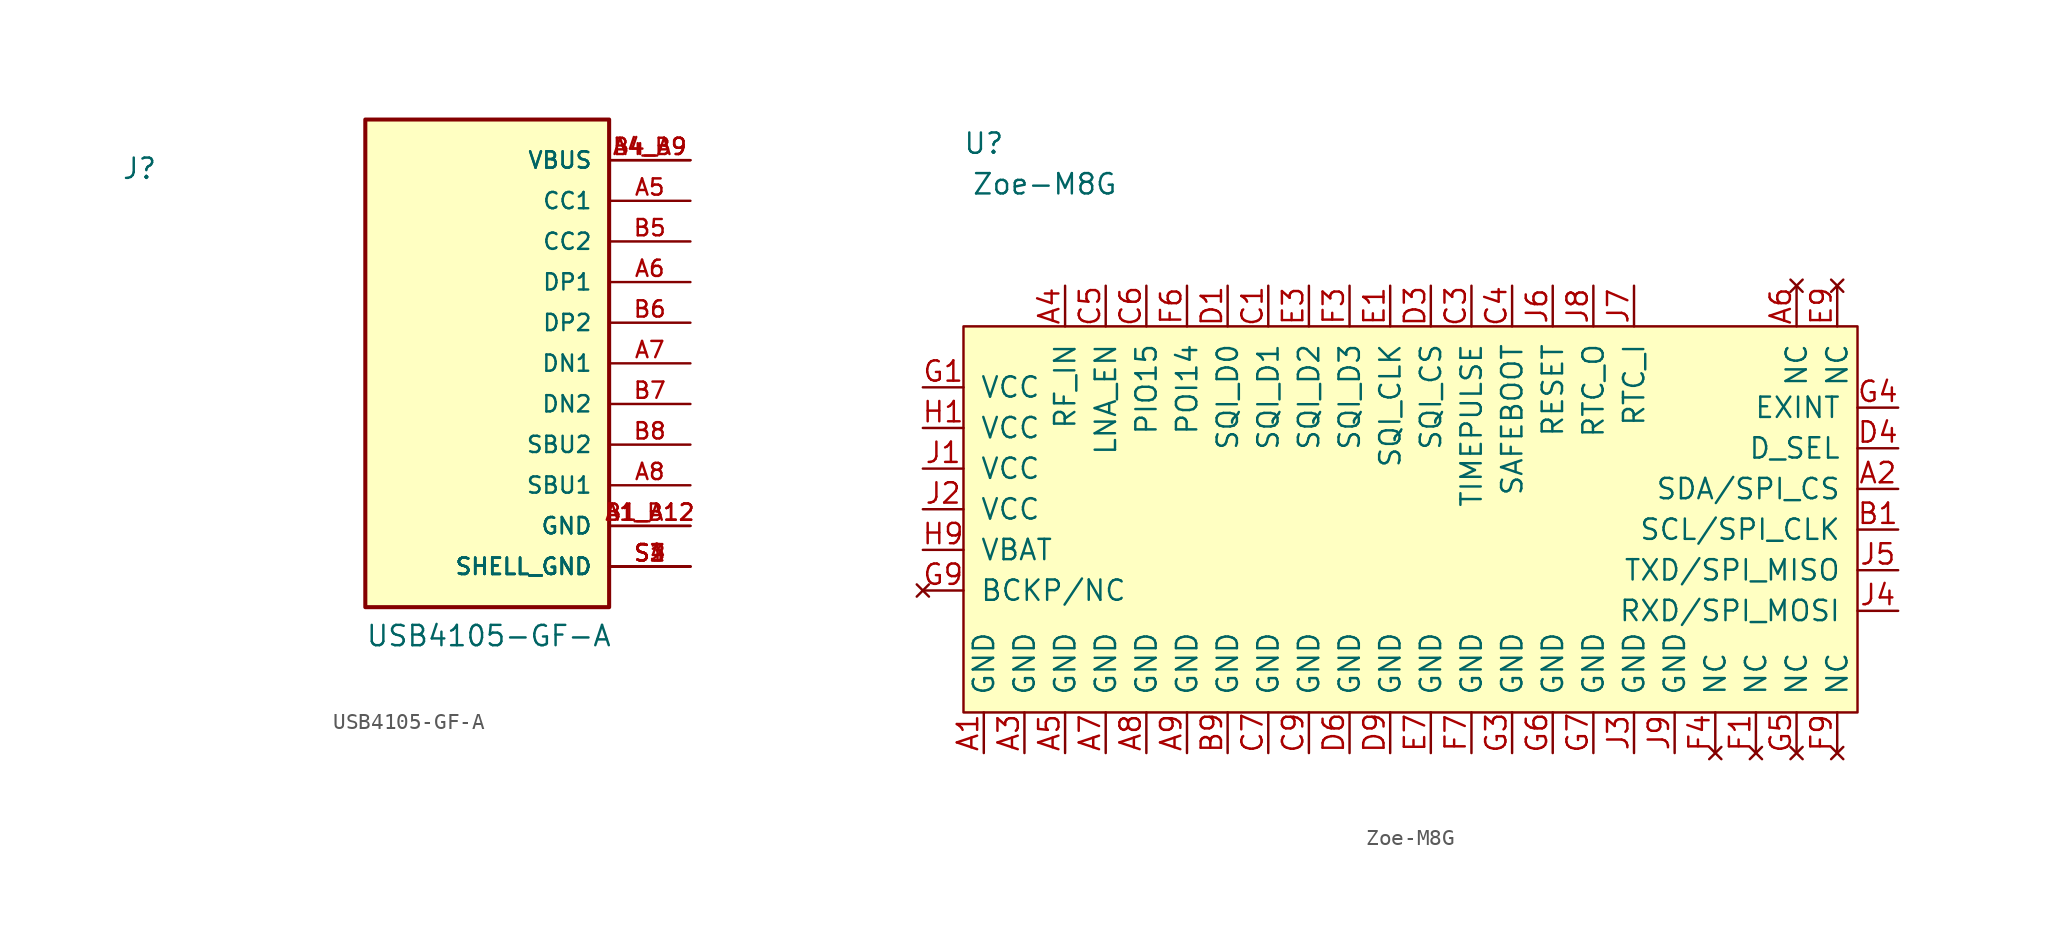
<source format=kicad_sym>
(kicad_symbol_lib
  (version 20211014)
  (generator kicad_symbol_editor)
  (symbol "USB4105-GF-A"
    (pin_names
      (offset 1.016))
    (property "Reference" "J"
      (at -15.24 13.97 0)
      (effects (font (size 1.27 1.27)) (justify left bottom)))
    (property "Value" "USB4105-GF-A"
      (at 0 -15.24 0)
      (effects (font (size 1.27 1.27)) (justify left bottom)))
    (symbol "USB4105-GF-A_0_0"
      (rectangle (start 0 -12.7) (end 15.24 17.78) (stroke (width 0.254) (type default) (color 0 0 0 0)) (fill (type background)))
      (pin power_in line (at 20.32 -7.62 180) (length 5.08) (name "GND" (effects (font (size 1.016 1.016)))) (number "A1_B12" (effects (font (size 1.016 1.016)))))
      (pin power_in line (at 20.32 15.24 180) (length 5.08) (name "VBUS" (effects (font (size 1.016 1.016)))) (number "A4_B9" (effects (font (size 1.016 1.016)))))
      (pin bidirectional line (at 20.32 12.7 180) (length 5.08) (name "CC1" (effects (font (size 1.016 1.016)))) (number "A5" (effects (font (size 1.016 1.016)))))
      (pin bidirectional line (at 20.32 7.62 180) (length 5.08) (name "DP1" (effects (font (size 1.016 1.016)))) (number "A6" (effects (font (size 1.016 1.016)))))
      (pin bidirectional line (at 20.32 2.54 180) (length 5.08) (name "DN1" (effects (font (size 1.016 1.016)))) (number "A7" (effects (font (size 1.016 1.016)))))
      (pin bidirectional line (at 20.32 -5.08 180) (length 5.08) (name "SBU1" (effects (font (size 1.016 1.016)))) (number "A8" (effects (font (size 1.016 1.016)))))
      (pin power_in line (at 20.32 -7.62 180) (length 5.08) (name "GND" (effects (font (size 1.016 1.016)))) (number "B1_A12" (effects (font (size 1.016 1.016)))))
      (pin power_in line (at 20.32 15.24 180) (length 5.08) (name "VBUS" (effects (font (size 1.016 1.016)))) (number "B4_A9" (effects (font (size 1.016 1.016)))))
      (pin bidirectional line (at 20.32 10.16 180) (length 5.08) (name "CC2" (effects (font (size 1.016 1.016)))) (number "B5" (effects (font (size 1.016 1.016)))))
      (pin bidirectional line (at 20.32 5.08 180) (length 5.08) (name "DP2" (effects (font (size 1.016 1.016)))) (number "B6" (effects (font (size 1.016 1.016)))))
      (pin bidirectional line (at 20.32 0 180) (length 5.08) (name "DN2" (effects (font (size 1.016 1.016)))) (number "B7" (effects (font (size 1.016 1.016)))))
      (pin bidirectional line (at 20.32 -2.54 180) (length 5.08) (name "SBU2" (effects (font (size 1.016 1.016)))) (number "B8" (effects (font (size 1.016 1.016)))))
      (pin power_in line (at 20.32 -10.16 180) (length 5.08) (name "SHELL_GND" (effects (font (size 1.016 1.016)))) (number "S1" (effects (font (size 1.016 1.016)))))
      (pin power_in line (at 20.32 -10.16 180) (length 5.08) (name "SHELL_GND" (effects (font (size 1.016 1.016)))) (number "S2" (effects (font (size 1.016 1.016)))))
      (pin power_in line (at 20.32 -10.16 180) (length 5.08) (name "SHELL_GND" (effects (font (size 1.016 1.016)))) (number "S3" (effects (font (size 1.016 1.016)))))
      (pin power_in line (at 20.32 -10.16 180) (length 5.08) (name "SHELL_GND" (effects (font (size 1.016 1.016)))) (number "S4" (effects (font (size 1.016 1.016)))))))
  (symbol "Zoe-M8G"
    (pin_names
      (offset 1.016))
    (property "Reference" "U"
      (at 1.27 35.56 0)
      (effects (font (size 1.27 1.27))))
    (property "Value" "Zoe-M8G"
      (at 5.08 33.02 0)
      (effects (font (size 1.27 1.27))))
    (symbol "Zoe-M8G_0_1"
      (rectangle (start 0 0) (end 55.88 24.13) (stroke (width 0) (type default) (color 0 0 0 0)) (fill (type background))))
    (symbol "Zoe-M8G_1_1"
      (pin input line (at 1.27 -2.54 90) (length 2.54) (name "GND" (effects (font (size 1.27 1.27)))) (number "A1" (effects (font (size 1.27 1.27)))))
      (pin input line (at 58.42 13.97 180) (length 2.54) (name "SDA/SPI_CS" (effects (font (size 1.27 1.27)))) (number "A2" (effects (font (size 1.27 1.27)))))
      (pin input line (at 3.81 -2.54 90) (length 2.54) (name "GND" (effects (font (size 1.27 1.27)))) (number "A3" (effects (font (size 1.27 1.27)))))
      (pin input line (at 6.35 26.67 270) (length 2.54) (name "RF_IN" (effects (font (size 1.27 1.27)))) (number "A4" (effects (font (size 1.27 1.27)))))
      (pin input line (at 6.35 -2.54 90) (length 2.54) (name "GND" (effects (font (size 1.27 1.27)))) (number "A5" (effects (font (size 1.27 1.27)))))
      (pin no_connect line (at 52.07 26.67 270) (length 2.54) (name "NC" (effects (font (size 1.27 1.27)))) (number "A6" (effects (font (size 1.27 1.27)))))
      (pin input line (at 8.89 -2.54 90) (length 2.54) (name "GND" (effects (font (size 1.27 1.27)))) (number "A7" (effects (font (size 1.27 1.27)))))
      (pin input line (at 11.43 -2.54 90) (length 2.54) (name "GND" (effects (font (size 1.27 1.27)))) (number "A8" (effects (font (size 1.27 1.27)))))
      (pin input line (at 13.97 -2.54 90) (length 2.54) (name "GND" (effects (font (size 1.27 1.27)))) (number "A9" (effects (font (size 1.27 1.27)))))
      (pin input line (at 58.42 11.43 180) (length 2.54) (name "SCL/SPI_CLK" (effects (font (size 1.27 1.27)))) (number "B1" (effects (font (size 1.27 1.27)))))
      (pin input line (at 16.51 -2.54 90) (length 2.54) (name "GND" (effects (font (size 1.27 1.27)))) (number "B9" (effects (font (size 1.27 1.27)))))
      (pin input line (at 19.05 26.67 270) (length 2.54) (name "SQI_D1" (effects (font (size 1.27 1.27)))) (number "C1" (effects (font (size 1.27 1.27)))))
      (pin input line (at 31.75 26.67 270) (length 2.54) (name "TIMEPULSE" (effects (font (size 1.27 1.27)))) (number "C3" (effects (font (size 1.27 1.27)))))
      (pin input line (at 34.29 26.67 270) (length 2.54) (name "SAFEBOOT" (effects (font (size 1.27 1.27)))) (number "C4" (effects (font (size 1.27 1.27)))))
      (pin input line (at 8.89 26.67 270) (length 2.54) (name "LNA_EN" (effects (font (size 1.27 1.27)))) (number "C5" (effects (font (size 1.27 1.27)))))
      (pin input line (at 11.43 26.67 270) (length 2.54) (name "PIO15" (effects (font (size 1.27 1.27)))) (number "C6" (effects (font (size 1.27 1.27)))))
      (pin input line (at 19.05 -2.54 90) (length 2.54) (name "GND" (effects (font (size 1.27 1.27)))) (number "C7" (effects (font (size 1.27 1.27)))))
      (pin input line (at 21.59 -2.54 90) (length 2.54) (name "GND" (effects (font (size 1.27 1.27)))) (number "C9" (effects (font (size 1.27 1.27)))))
      (pin input line (at 16.51 26.67 270) (length 2.54) (name "SQI_D0" (effects (font (size 1.27 1.27)))) (number "D1" (effects (font (size 1.27 1.27)))))
      (pin input line (at 29.21 26.67 270) (length 2.54) (name "SQI_CS" (effects (font (size 1.27 1.27)))) (number "D3" (effects (font (size 1.27 1.27)))))
      (pin input line (at 58.42 16.51 180) (length 2.54) (name "D_SEL" (effects (font (size 1.27 1.27)))) (number "D4" (effects (font (size 1.27 1.27)))))
      (pin input line (at 24.13 -2.54 90) (length 2.54) (name "GND" (effects (font (size 1.27 1.27)))) (number "D6" (effects (font (size 1.27 1.27)))))
      (pin input line (at 26.67 -2.54 90) (length 2.54) (name "GND" (effects (font (size 1.27 1.27)))) (number "D9" (effects (font (size 1.27 1.27)))))
      (pin input line (at 26.67 26.67 270) (length 2.54) (name "SQI_CLK" (effects (font (size 1.27 1.27)))) (number "E1" (effects (font (size 1.27 1.27)))))
      (pin input line (at 21.59 26.67 270) (length 2.54) (name "SQI_D2" (effects (font (size 1.27 1.27)))) (number "E3" (effects (font (size 1.27 1.27)))))
      (pin input line (at 29.21 -2.54 90) (length 2.54) (name "GND" (effects (font (size 1.27 1.27)))) (number "E7" (effects (font (size 1.27 1.27)))))
      (pin no_connect line (at 54.61 26.67 270) (length 2.54) (name "NC" (effects (font (size 1.27 1.27)))) (number "E9" (effects (font (size 1.27 1.27)))))
      (pin no_connect line (at 49.53 -2.54 90) (length 2.54) (name "NC" (effects (font (size 1.27 1.27)))) (number "F1" (effects (font (size 1.27 1.27)))))
      (pin input line (at 24.13 26.67 270) (length 2.54) (name "SQI_D3" (effects (font (size 1.27 1.27)))) (number "F3" (effects (font (size 1.27 1.27)))))
      (pin no_connect line (at 46.99 -2.54 90) (length 2.54) (name "NC" (effects (font (size 1.27 1.27)))) (number "F4" (effects (font (size 1.27 1.27)))))
      (pin input line (at 13.97 26.67 270) (length 2.54) (name "POI14" (effects (font (size 1.27 1.27)))) (number "F6" (effects (font (size 1.27 1.27)))))
      (pin input line (at 31.75 -2.54 90) (length 2.54) (name "GND" (effects (font (size 1.27 1.27)))) (number "F7" (effects (font (size 1.27 1.27)))))
      (pin no_connect line (at 54.61 -2.54 90) (length 2.54) (name "NC" (effects (font (size 1.27 1.27)))) (number "F9" (effects (font (size 1.27 1.27)))))
      (pin input line (at -2.54 20.32 0) (length 2.54) (name "VCC" (effects (font (size 1.27 1.27)))) (number "G1" (effects (font (size 1.27 1.27)))))
      (pin input line (at 34.29 -2.54 90) (length 2.54) (name "GND" (effects (font (size 1.27 1.27)))) (number "G3" (effects (font (size 1.27 1.27)))))
      (pin input line (at 58.42 19.05 180) (length 2.54) (name "EXINT" (effects (font (size 1.27 1.27)))) (number "G4" (effects (font (size 1.27 1.27)))))
      (pin no_connect line (at 52.07 -2.54 90) (length 2.54) (name "NC" (effects (font (size 1.27 1.27)))) (number "G5" (effects (font (size 1.27 1.27)))))
      (pin input line (at 36.83 -2.54 90) (length 2.54) (name "GND" (effects (font (size 1.27 1.27)))) (number "G6" (effects (font (size 1.27 1.27)))))
      (pin input line (at 39.37 -2.54 90) (length 2.54) (name "GND" (effects (font (size 1.27 1.27)))) (number "G7" (effects (font (size 1.27 1.27)))))
      (pin no_connect line (at -2.54 7.62 0) (length 2.54) (name "BCKP/NC" (effects (font (size 1.27 1.27)))) (number "G9" (effects (font (size 1.27 1.27)))))
      (pin input line (at -2.54 17.78 0) (length 2.54) (name "VCC" (effects (font (size 1.27 1.27)))) (number "H1" (effects (font (size 1.27 1.27)))))
      (pin input line (at -2.54 10.16 0) (length 2.54) (name "VBAT" (effects (font (size 1.27 1.27)))) (number "H9" (effects (font (size 1.27 1.27)))))
      (pin input line (at -2.54 15.24 0) (length 2.54) (name "VCC" (effects (font (size 1.27 1.27)))) (number "J1" (effects (font (size 1.27 1.27)))))
      (pin input line (at -2.54 12.7 0) (length 2.54) (name "VCC" (effects (font (size 1.27 1.27)))) (number "J2" (effects (font (size 1.27 1.27)))))
      (pin input line (at 41.91 -2.54 90) (length 2.54) (name "GND" (effects (font (size 1.27 1.27)))) (number "J3" (effects (font (size 1.27 1.27)))))
      (pin input line (at 58.42 6.35 180) (length 2.54) (name "RXD/SPI_MOSI" (effects (font (size 1.27 1.27)))) (number "J4" (effects (font (size 1.27 1.27)))))
      (pin input line (at 58.42 8.89 180) (length 2.54) (name "TXD/SPI_MISO" (effects (font (size 1.27 1.27)))) (number "J5" (effects (font (size 1.27 1.27)))))
      (pin input line (at 36.83 26.67 270) (length 2.54) (name "RESET" (effects (font (size 1.27 1.27)))) (number "J6" (effects (font (size 1.27 1.27)))))
      (pin input line (at 41.91 26.67 270) (length 2.54) (name "RTC_I" (effects (font (size 1.27 1.27)))) (number "J7" (effects (font (size 1.27 1.27)))))
      (pin input line (at 39.37 26.67 270) (length 2.54) (name "RTC_O" (effects (font (size 1.27 1.27)))) (number "J8" (effects (font (size 1.27 1.27)))))
      (pin input line (at 44.45 -2.54 90) (length 2.54) (name "GND" (effects (font (size 1.27 1.27)))) (number "J9" (effects (font (size 1.27 1.27))))))))
</source>
